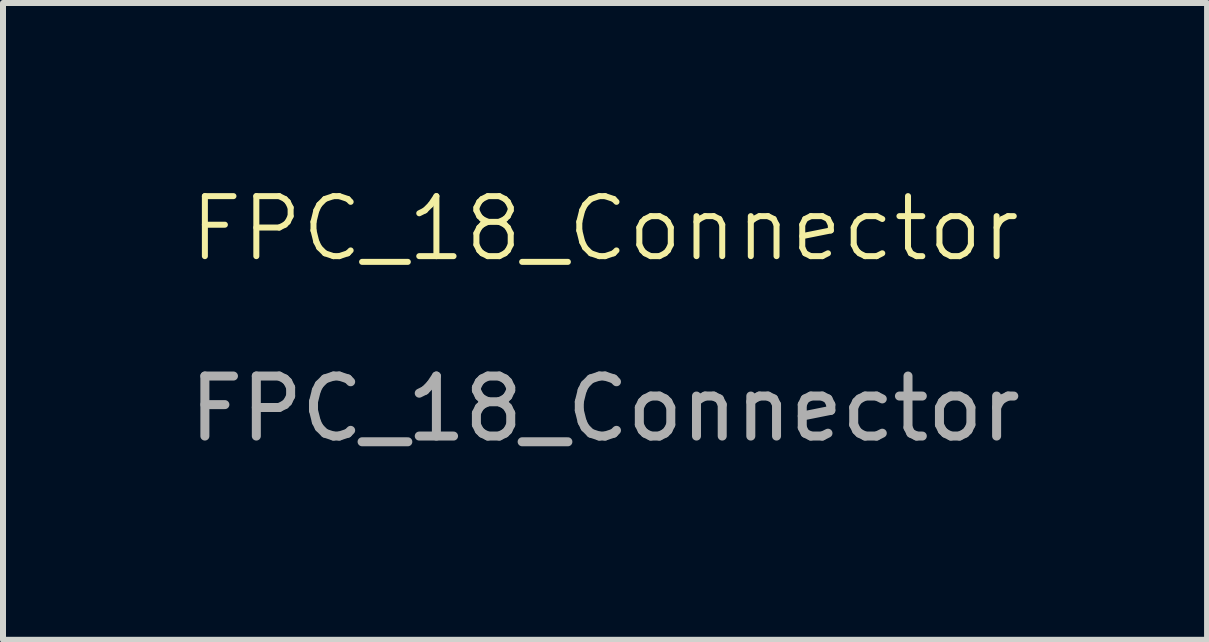
<source format=kicad_pcb>
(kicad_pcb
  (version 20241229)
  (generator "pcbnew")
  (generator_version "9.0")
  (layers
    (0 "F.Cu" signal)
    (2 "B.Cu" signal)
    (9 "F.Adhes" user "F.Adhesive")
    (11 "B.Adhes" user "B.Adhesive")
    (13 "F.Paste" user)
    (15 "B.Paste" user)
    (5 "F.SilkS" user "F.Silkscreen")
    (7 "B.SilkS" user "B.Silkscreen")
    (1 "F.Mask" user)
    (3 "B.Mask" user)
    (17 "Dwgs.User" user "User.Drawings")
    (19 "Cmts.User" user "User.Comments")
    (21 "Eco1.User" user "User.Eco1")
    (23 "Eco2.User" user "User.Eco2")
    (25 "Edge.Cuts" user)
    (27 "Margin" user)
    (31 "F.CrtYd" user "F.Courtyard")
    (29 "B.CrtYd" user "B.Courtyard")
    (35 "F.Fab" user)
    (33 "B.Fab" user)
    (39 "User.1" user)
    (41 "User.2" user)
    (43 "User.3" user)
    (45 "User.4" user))
  (footprint "FPC_18_Connector"
    (layer "F.Cu")
    (at 7.03 1.26)
    (property "Reference" "FPC_18_Connector" (at 0 -0.5 0) (unlocked yes) (layer "F.SilkS") (effects (font (size 1 1) (thickness 0.1))))
    (attr smd)
    (fp_text user "${REFERENCE}" (at 0 2.5 0) (unlocked yes) (layer "F.Fab") (effects (font (size 1 1) (thickness 0.15)))))
  (gr_rect
    (start -3 -3)
    (end 17.06 7.609)
    (stroke (width 0.1) (type default))
    (fill no)
    (layer "Edge.Cuts")))
</source>
